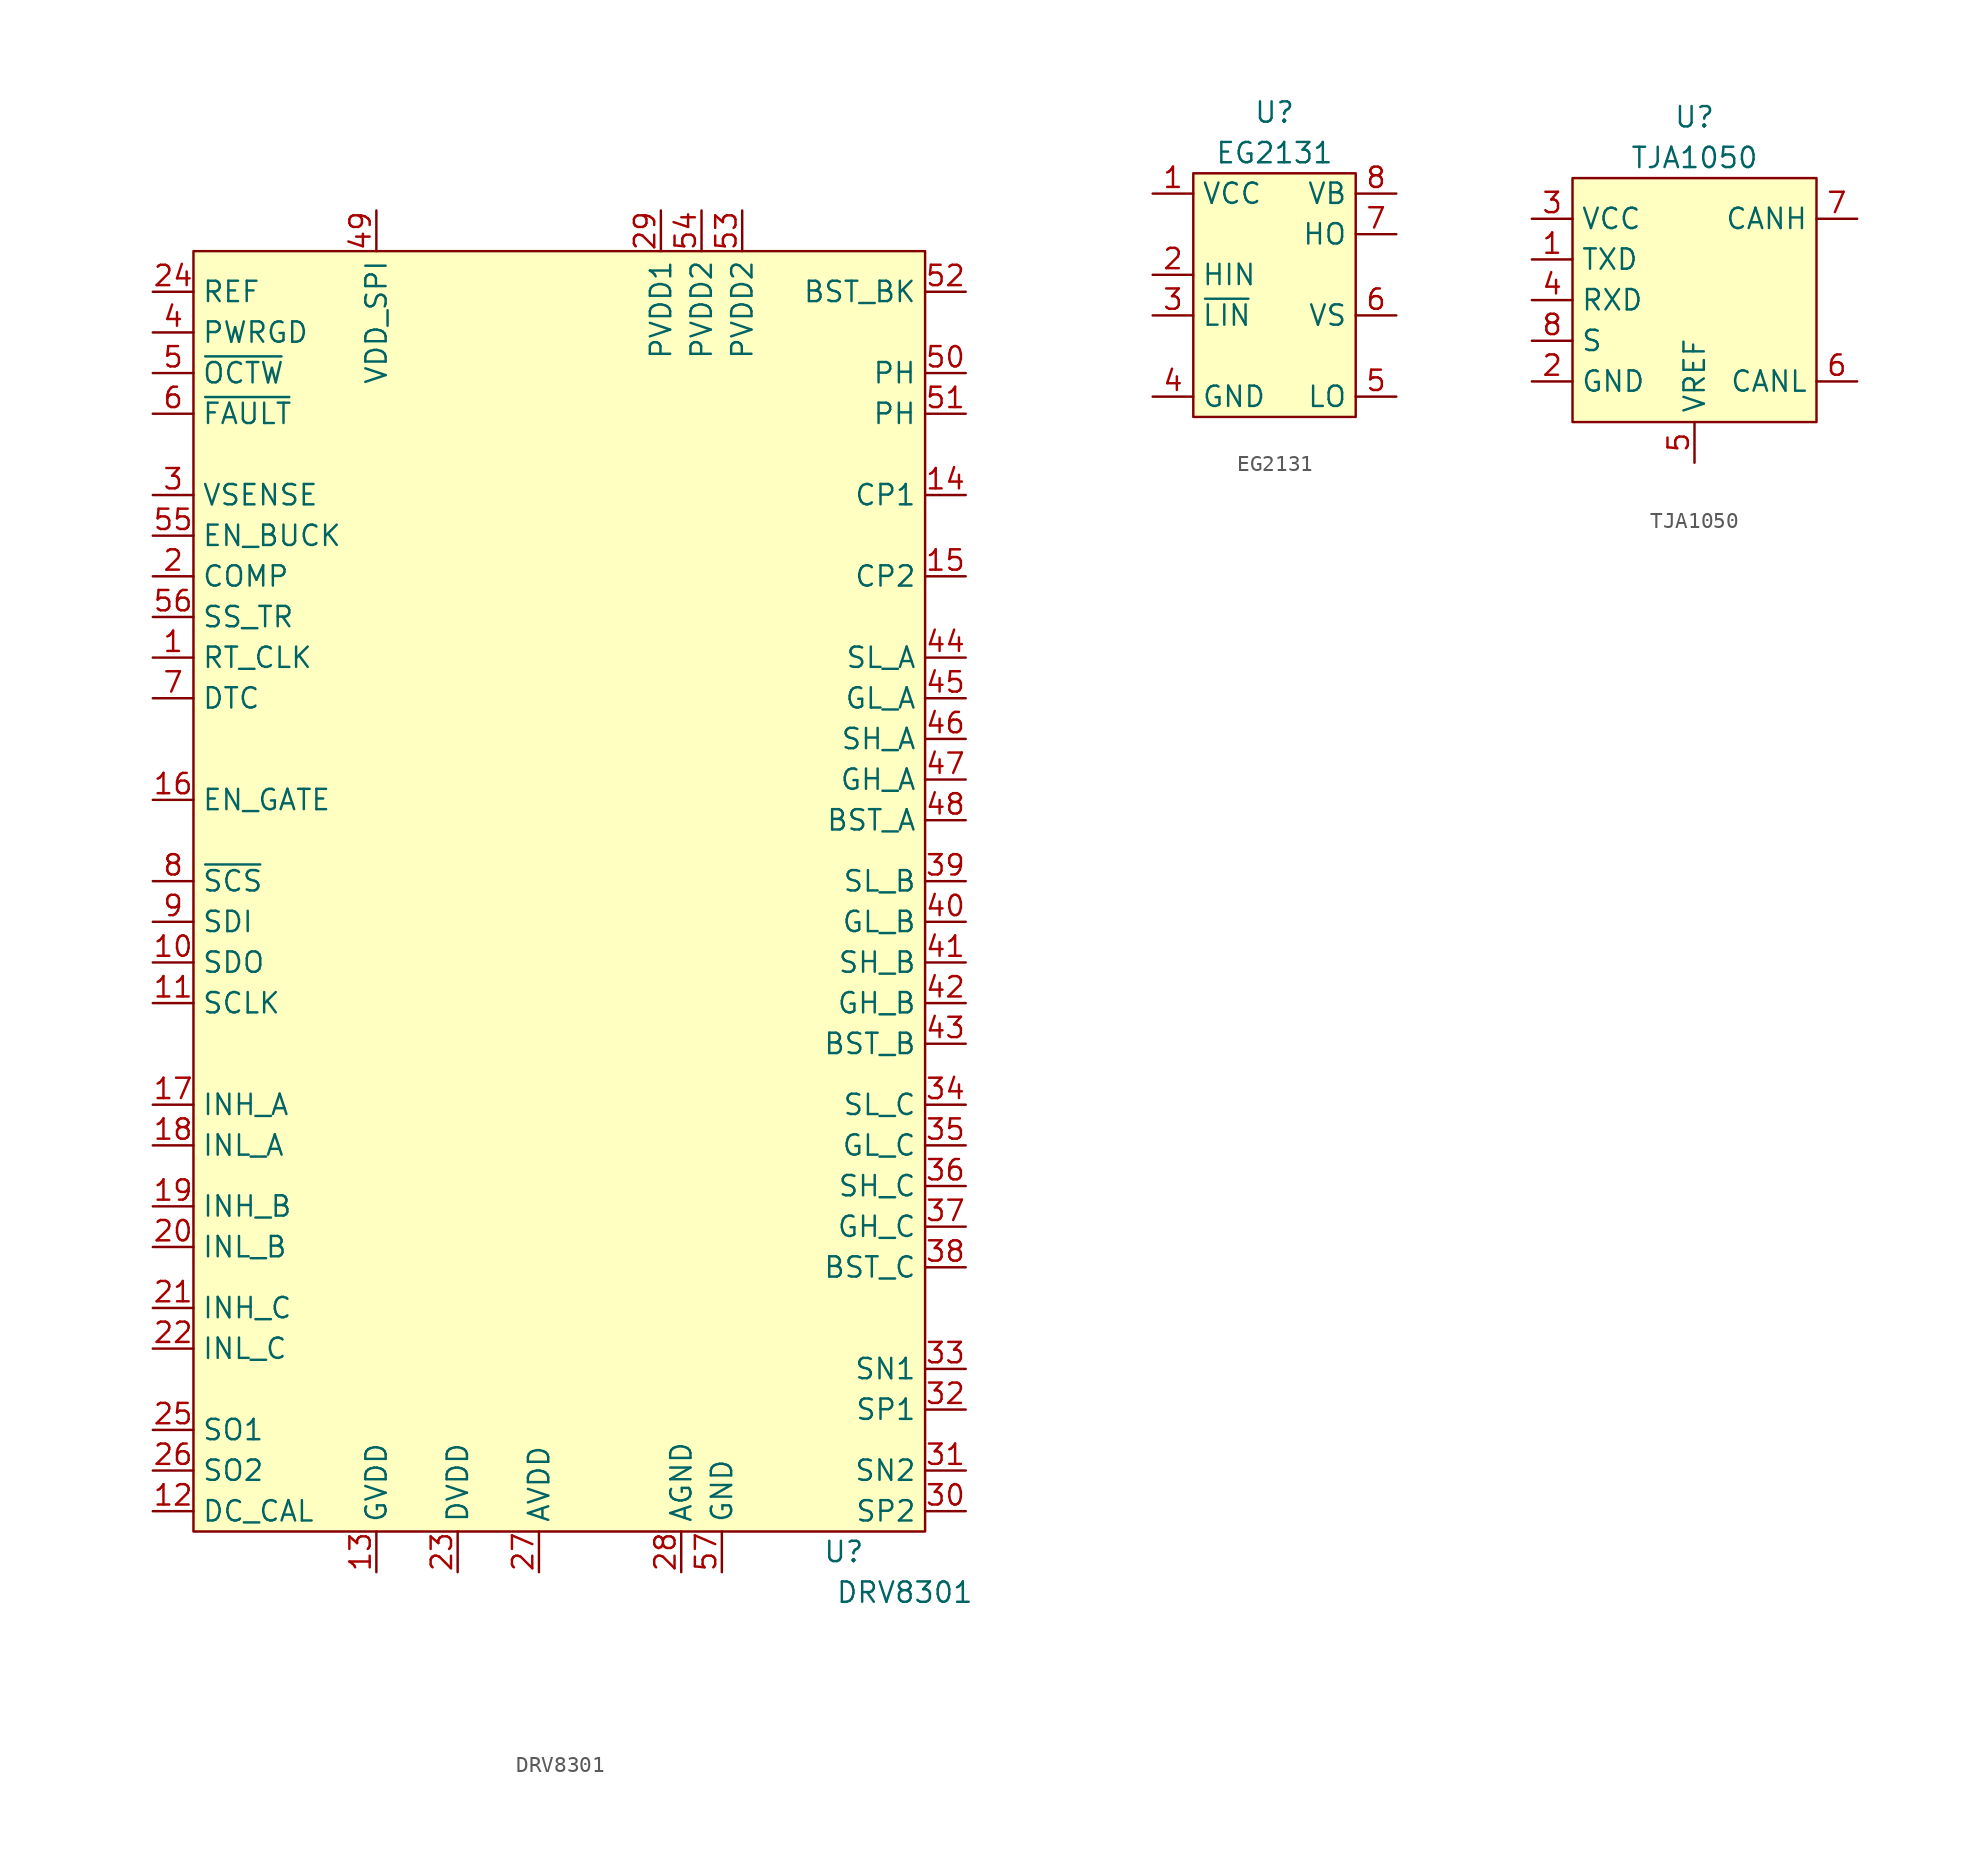
<source format=kicad_sym>
(kicad_symbol_lib
  (version 20211014)
  (generator kicad_symbol_editor)
  (symbol "DRV8301"
    (property "Reference" "U"
      (at 16.51 -39.37 0)
      (effects (font (size 1.27 1.27))))
    (property "Value" "DRV8301"
      (at 20.32 -41.91 0)
      (effects (font (size 1.27 1.27))))
    (symbol "DRV8301_0_0"
      (pin input line (at -26.67 16.51 0) (length 2.54) (name "RT_CLK" (effects (font (size 1.27 1.27)))) (number "1" (effects (font (size 1.27 1.27)))))
      (pin output line (at -26.67 -2.54 0) (length 2.54) (name "SDO" (effects (font (size 1.27 1.27)))) (number "10" (effects (font (size 1.27 1.27)))))
      (pin input line (at -26.67 -5.08 0) (length 2.54) (name "SCLK" (effects (font (size 1.27 1.27)))) (number "11" (effects (font (size 1.27 1.27)))))
      (pin input line (at -26.67 -36.83 0) (length 2.54) (name "DC_CAL" (effects (font (size 1.27 1.27)))) (number "12" (effects (font (size 1.27 1.27)))))
      (pin power_in line (at -12.7 -40.64 90) (length 2.54) (name "GVDD" (effects (font (size 1.27 1.27)))) (number "13" (effects (font (size 1.27 1.27)))))
      (pin power_in line (at 24.13 26.67 180) (length 2.54) (name "CP1" (effects (font (size 1.27 1.27)))) (number "14" (effects (font (size 1.27 1.27)))))
      (pin power_in line (at 24.13 21.59 180) (length 2.54) (name "CP2" (effects (font (size 1.27 1.27)))) (number "15" (effects (font (size 1.27 1.27)))))
      (pin input line (at -26.67 7.62 0) (length 2.54) (name "EN_GATE" (effects (font (size 1.27 1.27)))) (number "16" (effects (font (size 1.27 1.27)))))
      (pin input line (at -26.67 -11.43 0) (length 2.54) (name "INH_A" (effects (font (size 1.27 1.27)))) (number "17" (effects (font (size 1.27 1.27)))))
      (pin input line (at -26.67 -13.97 0) (length 2.54) (name "INL_A" (effects (font (size 1.27 1.27)))) (number "18" (effects (font (size 1.27 1.27)))))
      (pin input line (at -26.67 -17.78 0) (length 2.54) (name "INH_B" (effects (font (size 1.27 1.27)))) (number "19" (effects (font (size 1.27 1.27)))))
      (pin output line (at -26.67 21.59 0) (length 2.54) (name "COMP" (effects (font (size 1.27 1.27)))) (number "2" (effects (font (size 1.27 1.27)))))
      (pin input line (at -26.67 -20.32 0) (length 2.54) (name "INL_B" (effects (font (size 1.27 1.27)))) (number "20" (effects (font (size 1.27 1.27)))))
      (pin input line (at -26.67 -24.13 0) (length 2.54) (name "INH_C" (effects (font (size 1.27 1.27)))) (number "21" (effects (font (size 1.27 1.27)))))
      (pin input line (at -26.67 -26.67 0) (length 2.54) (name "INL_C" (effects (font (size 1.27 1.27)))) (number "22" (effects (font (size 1.27 1.27)))))
      (pin power_in line (at -7.62 -40.64 90) (length 2.54) (name "DVDD" (effects (font (size 1.27 1.27)))) (number "23" (effects (font (size 1.27 1.27)))))
      (pin input line (at -26.67 39.37 0) (length 2.54) (name "REF" (effects (font (size 1.27 1.27)))) (number "24" (effects (font (size 1.27 1.27)))))
      (pin output line (at -26.67 -31.75 0) (length 2.54) (name "SO1" (effects (font (size 1.27 1.27)))) (number "25" (effects (font (size 1.27 1.27)))))
      (pin output line (at -26.67 -34.29 0) (length 2.54) (name "SO2" (effects (font (size 1.27 1.27)))) (number "26" (effects (font (size 1.27 1.27)))))
      (pin power_in line (at -2.54 -40.64 90) (length 2.54) (name "AVDD" (effects (font (size 1.27 1.27)))) (number "27" (effects (font (size 1.27 1.27)))))
      (pin power_in line (at 6.35 -40.64 90) (length 2.54) (name "AGND" (effects (font (size 1.27 1.27)))) (number "28" (effects (font (size 1.27 1.27)))))
      (pin power_in line (at 5.08 44.45 270) (length 2.54) (name "PVDD1" (effects (font (size 1.27 1.27)))) (number "29" (effects (font (size 1.27 1.27)))))
      (pin input line (at -26.67 26.67 0) (length 2.54) (name "VSENSE" (effects (font (size 1.27 1.27)))) (number "3" (effects (font (size 1.27 1.27)))))
      (pin input line (at 24.13 -36.83 180) (length 2.54) (name "SP2" (effects (font (size 1.27 1.27)))) (number "30" (effects (font (size 1.27 1.27)))))
      (pin input line (at 24.13 -34.29 180) (length 2.54) (name "SN2" (effects (font (size 1.27 1.27)))) (number "31" (effects (font (size 1.27 1.27)))))
      (pin input line (at 24.13 -30.48 180) (length 2.54) (name "SP1" (effects (font (size 1.27 1.27)))) (number "32" (effects (font (size 1.27 1.27)))))
      (pin input line (at 24.13 -27.94 180) (length 2.54) (name "SN1" (effects (font (size 1.27 1.27)))) (number "33" (effects (font (size 1.27 1.27)))))
      (pin input line (at 24.13 -11.43 180) (length 2.54) (name "SL_C" (effects (font (size 1.27 1.27)))) (number "34" (effects (font (size 1.27 1.27)))))
      (pin output line (at 24.13 -13.97 180) (length 2.54) (name "GL_C" (effects (font (size 1.27 1.27)))) (number "35" (effects (font (size 1.27 1.27)))))
      (pin input line (at 24.13 -16.51 180) (length 2.54) (name "SH_C" (effects (font (size 1.27 1.27)))) (number "36" (effects (font (size 1.27 1.27)))))
      (pin output line (at 24.13 -19.05 180) (length 2.54) (name "GH_C" (effects (font (size 1.27 1.27)))) (number "37" (effects (font (size 1.27 1.27)))))
      (pin power_in line (at 24.13 -21.59 180) (length 2.54) (name "BST_C" (effects (font (size 1.27 1.27)))) (number "38" (effects (font (size 1.27 1.27)))))
      (pin input line (at 24.13 2.54 180) (length 2.54) (name "SL_B" (effects (font (size 1.27 1.27)))) (number "39" (effects (font (size 1.27 1.27)))))
      (pin output line (at -26.67 36.83 0) (length 2.54) (name "PWRGD" (effects (font (size 1.27 1.27)))) (number "4" (effects (font (size 1.27 1.27)))))
      (pin output line (at 24.13 0 180) (length 2.54) (name "GL_B" (effects (font (size 1.27 1.27)))) (number "40" (effects (font (size 1.27 1.27)))))
      (pin input line (at 24.13 -2.54 180) (length 2.54) (name "SH_B" (effects (font (size 1.27 1.27)))) (number "41" (effects (font (size 1.27 1.27)))))
      (pin output line (at 24.13 -5.08 180) (length 2.54) (name "GH_B" (effects (font (size 1.27 1.27)))) (number "42" (effects (font (size 1.27 1.27)))))
      (pin power_in line (at 24.13 -7.62 180) (length 2.54) (name "BST_B" (effects (font (size 1.27 1.27)))) (number "43" (effects (font (size 1.27 1.27)))))
      (pin input line (at 24.13 16.51 180) (length 2.54) (name "SL_A" (effects (font (size 1.27 1.27)))) (number "44" (effects (font (size 1.27 1.27)))))
      (pin output line (at 24.13 13.97 180) (length 2.54) (name "GL_A" (effects (font (size 1.27 1.27)))) (number "45" (effects (font (size 1.27 1.27)))))
      (pin input line (at 24.13 11.43 180) (length 2.54) (name "SH_A" (effects (font (size 1.27 1.27)))) (number "46" (effects (font (size 1.27 1.27)))))
      (pin output line (at 24.13 8.89 180) (length 2.54) (name "GH_A" (effects (font (size 1.27 1.27)))) (number "47" (effects (font (size 1.27 1.27)))))
      (pin power_in line (at 24.13 6.35 180) (length 2.54) (name "BST_A" (effects (font (size 1.27 1.27)))) (number "48" (effects (font (size 1.27 1.27)))))
      (pin power_in line (at -12.7 44.45 270) (length 2.54) (name "VDD_SPI" (effects (font (size 1.27 1.27)))) (number "49" (effects (font (size 1.27 1.27)))))
      (pin output line (at -26.67 34.29 0) (length 2.54) (name "~{OCTW}" (effects (font (size 1.27 1.27)))) (number "5" (effects (font (size 1.27 1.27)))))
      (pin output line (at 24.13 34.29 180) (length 2.54) (name "PH" (effects (font (size 1.27 1.27)))) (number "50" (effects (font (size 1.27 1.27)))))
      (pin output line (at 24.13 31.75 180) (length 2.54) (name "PH" (effects (font (size 1.27 1.27)))) (number "51" (effects (font (size 1.27 1.27)))))
      (pin power_in line (at 24.13 39.37 180) (length 2.54) (name "BST_BK" (effects (font (size 1.27 1.27)))) (number "52" (effects (font (size 1.27 1.27)))))
      (pin power_in line (at 10.16 44.45 270) (length 2.54) (name "PVDD2" (effects (font (size 1.27 1.27)))) (number "53" (effects (font (size 1.27 1.27)))))
      (pin power_in line (at 7.62 44.45 270) (length 2.54) (name "PVDD2" (effects (font (size 1.27 1.27)))) (number "54" (effects (font (size 1.27 1.27)))))
      (pin input line (at -26.67 24.13 0) (length 2.54) (name "EN_BUCK" (effects (font (size 1.27 1.27)))) (number "55" (effects (font (size 1.27 1.27)))))
      (pin input line (at -26.67 19.05 0) (length 2.54) (name "SS_TR" (effects (font (size 1.27 1.27)))) (number "56" (effects (font (size 1.27 1.27)))))
      (pin power_in line (at 8.89 -40.64 90) (length 2.54) (name "GND" (effects (font (size 1.27 1.27)))) (number "57" (effects (font (size 1.27 1.27)))))
      (pin output line (at -26.67 31.75 0) (length 2.54) (name "~{FAULT}" (effects (font (size 1.27 1.27)))) (number "6" (effects (font (size 1.27 1.27)))))
      (pin input line (at -26.67 13.97 0) (length 2.54) (name "DTC" (effects (font (size 1.27 1.27)))) (number "7" (effects (font (size 1.27 1.27)))))
      (pin input line (at -26.67 2.54 0) (length 2.54) (name "~{SCS}" (effects (font (size 1.27 1.27)))) (number "8" (effects (font (size 1.27 1.27)))))
      (pin input line (at -26.67 0 0) (length 2.54) (name "SDI" (effects (font (size 1.27 1.27)))) (number "9" (effects (font (size 1.27 1.27))))))
    (symbol "DRV8301_0_1"
      (rectangle (start -24.13 41.91) (end 21.59 -38.1) (stroke (width 0) (type default) (color 0 0 0 0)) (fill (type background)))))
  (symbol "EG2131"
    (property "Reference" "U"
      (at 0 11.43 0)
      (effects (font (size 1.27 1.27))))
    (property "Value" "EG2131"
      (at 0 8.89 0)
      (effects (font (size 1.27 1.27))))
    (symbol "EG2131_0_0"
      (pin power_in line (at -7.62 6.35 0) (length 2.54) (name "VCC" (effects (font (size 1.27 1.27)))) (number "1" (effects (font (size 1.27 1.27)))))
      (pin input line (at -7.62 1.27 0) (length 2.54) (name "HIN" (effects (font (size 1.27 1.27)))) (number "2" (effects (font (size 1.27 1.27)))))
      (pin input line (at -7.62 -1.27 0) (length 2.54) (name "~{LIN}" (effects (font (size 1.27 1.27)))) (number "3" (effects (font (size 1.27 1.27)))))
      (pin power_in line (at -7.62 -6.35 0) (length 2.54) (name "GND" (effects (font (size 1.27 1.27)))) (number "4" (effects (font (size 1.27 1.27)))))
      (pin output line (at 7.62 -6.35 180) (length 2.54) (name "LO" (effects (font (size 1.27 1.27)))) (number "5" (effects (font (size 1.27 1.27)))))
      (pin output line (at 7.62 -1.27 180) (length 2.54) (name "VS" (effects (font (size 1.27 1.27)))) (number "6" (effects (font (size 1.27 1.27)))))
      (pin output line (at 7.62 3.81 180) (length 2.54) (name "HO" (effects (font (size 1.27 1.27)))) (number "7" (effects (font (size 1.27 1.27)))))
      (pin power_in line (at 7.62 6.35 180) (length 2.54) (name "VB" (effects (font (size 1.27 1.27)))) (number "8" (effects (font (size 1.27 1.27))))))
    (symbol "EG2131_0_1"
      (rectangle (start -5.08 7.62) (end 5.08 -7.62) (stroke (width 0) (type default) (color 0 0 0 0)) (fill (type background)))))
  (symbol "TJA1050"
    (property "Reference" "U"
      (at 0 11.43 0)
      (effects (font (size 1.27 1.27))))
    (property "Value" "TJA1050"
      (at 0 8.89 0)
      (effects (font (size 1.27 1.27))))
    (symbol "TJA1050_0_0"
      (pin input line (at -10.16 2.54 0) (length 2.54) (name "TXD" (effects (font (size 1.27 1.27)))) (number "1" (effects (font (size 1.27 1.27)))))
      (pin power_in line (at -10.16 -5.08 0) (length 2.54) (name "GND" (effects (font (size 1.27 1.27)))) (number "2" (effects (font (size 1.27 1.27)))))
      (pin power_in line (at -10.16 5.08 0) (length 2.54) (name "VCC" (effects (font (size 1.27 1.27)))) (number "3" (effects (font (size 1.27 1.27)))))
      (pin output line (at -10.16 0 0) (length 2.54) (name "RXD" (effects (font (size 1.27 1.27)))) (number "4" (effects (font (size 1.27 1.27)))))
      (pin power_out line (at 0 -10.16 90) (length 2.54) (name "VREF" (effects (font (size 1.27 1.27)))) (number "5" (effects (font (size 1.27 1.27)))))
      (pin bidirectional line (at 10.16 -5.08 180) (length 2.54) (name "CANL" (effects (font (size 1.27 1.27)))) (number "6" (effects (font (size 1.27 1.27)))))
      (pin bidirectional line (at 10.16 5.08 180) (length 2.54) (name "CANH" (effects (font (size 1.27 1.27)))) (number "7" (effects (font (size 1.27 1.27)))))
      (pin input line (at -10.16 -2.54 0) (length 2.54) (name "S" (effects (font (size 1.27 1.27)))) (number "8" (effects (font (size 1.27 1.27))))))
    (symbol "TJA1050_0_1"
      (rectangle (start -7.62 7.62) (end 7.62 -7.62) (stroke (width 0) (type default) (color 0 0 0 0)) (fill (type background))))))
</source>
